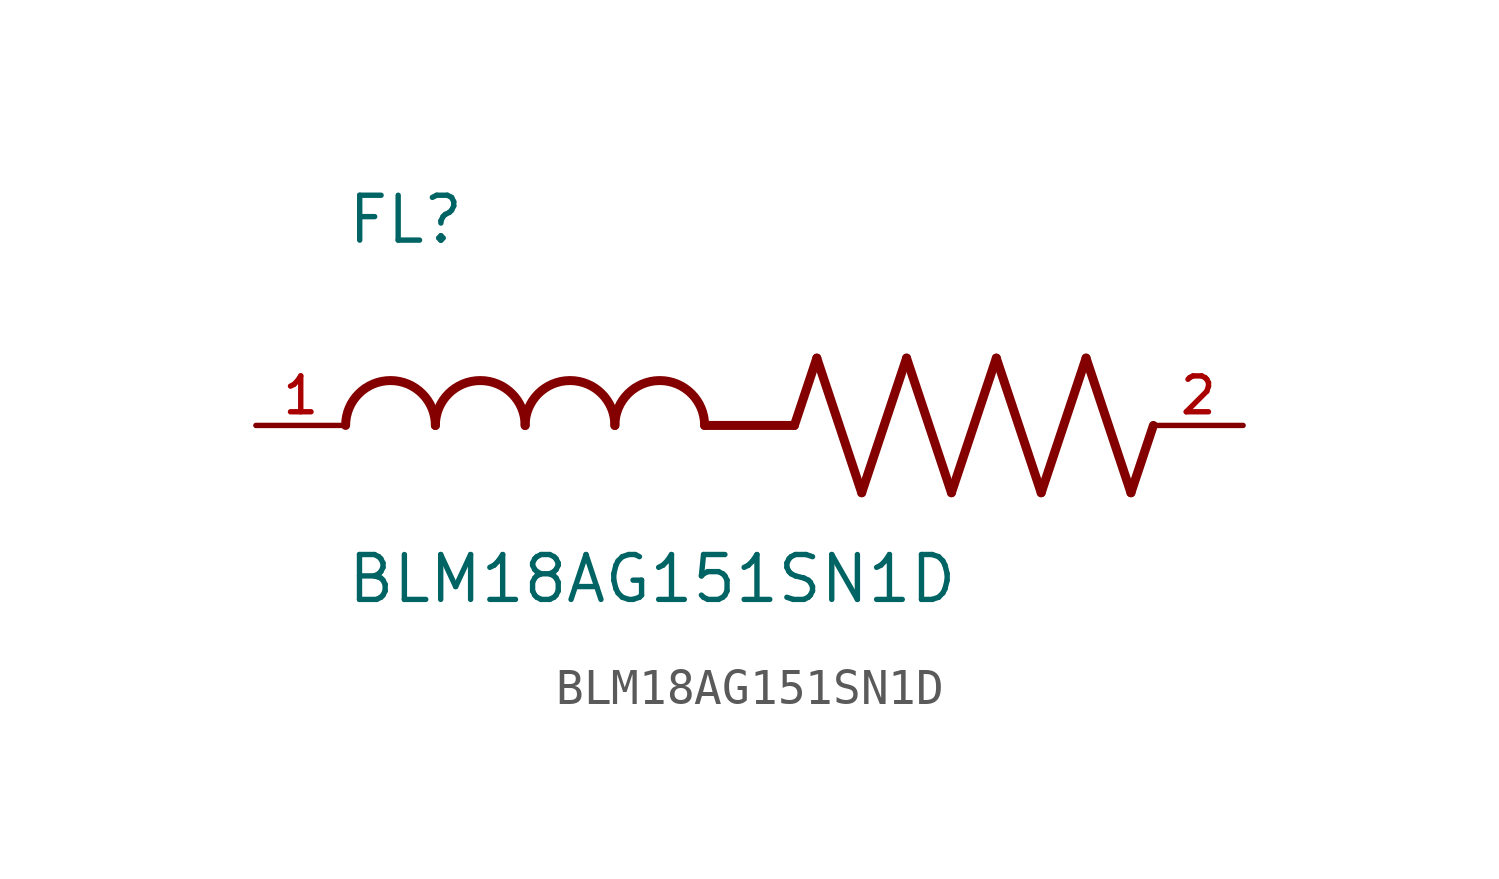
<source format=kicad_sym>
(kicad_symbol_lib
  (version 20211014)
  (generator kicad_symbol_editor)
  (symbol "BLM18AG151SN1D"
    (pin_names
      (offset 1.016))
    (property "Reference" "FL"
      (at -12.704 5.081 0)
      (effects (font (size 1.27 1.27)) (justify bottom left)))
    (property "Value" "BLM18AG151SN1D"
      (at -12.71 -5.087 0)
      (effects (font (size 1.27 1.27)) (justify bottom left)))
    (symbol "BLM18AG151SN1D_0_0"
      (polyline (pts (xy 0.0 0.0) (xy 0.635 1.905)) (stroke (width 0.254)))
      (polyline (pts (xy 0.635 1.905) (xy 1.905 -1.905)) (stroke (width 0.254)))
      (polyline (pts (xy 1.905 -1.905) (xy 3.175 1.905)) (stroke (width 0.254)))
      (polyline (pts (xy 3.175 1.905) (xy 4.445 -1.905)) (stroke (width 0.254)))
      (polyline (pts (xy 4.445 -1.905) (xy 5.715 1.905)) (stroke (width 0.254)))
      (polyline (pts (xy 5.715 1.905) (xy 6.985 -1.905)) (stroke (width 0.254)))
      (polyline (pts (xy 6.985 -1.905) (xy 8.255 1.905)) (stroke (width 0.254)))
      (polyline (pts (xy 8.255 1.905) (xy 9.525 -1.905)) (stroke (width 0.254)))
      (polyline (pts (xy 9.525 -1.905) (xy 10.16 0.0)) (stroke (width 0.254)))
      (arc (start -10.16 0.0) (mid -11.43 1.27) (end -12.7 0.0) (stroke (width 0.254) (type default) (color 0 0 0 0)) (fill (type none)))
      (arc (start -7.62 0.0) (mid -8.89 1.27) (end -10.16 0.0) (stroke (width 0.254) (type default) (color 0 0 0 0)) (fill (type none)))
      (arc (start -5.08 0.0) (mid -6.35 1.27) (end -7.62 0.0) (stroke (width 0.254) (type default) (color 0 0 0 0)) (fill (type none)))
      (arc (start -2.54 0.0) (mid -3.81 1.27) (end -5.08 0.0) (stroke (width 0.254) (type default) (color 0 0 0 0)) (fill (type none)))
      (polyline (pts (xy 0.0 0.0) (xy -2.54 0.0)) (stroke (width 0.254)))
      (pin passive line (at 12.7 0.0 180.0) (length 2.54) (name "~" (effects (font (size 1.016 1.016)))) (number "2" (effects (font (size 1.016 1.016)))))
      (pin passive line (at -15.24 0.0 0) (length 2.54) (name "~" (effects (font (size 1.016 1.016)))) (number "1" (effects (font (size 1.016 1.016))))))))
</source>
